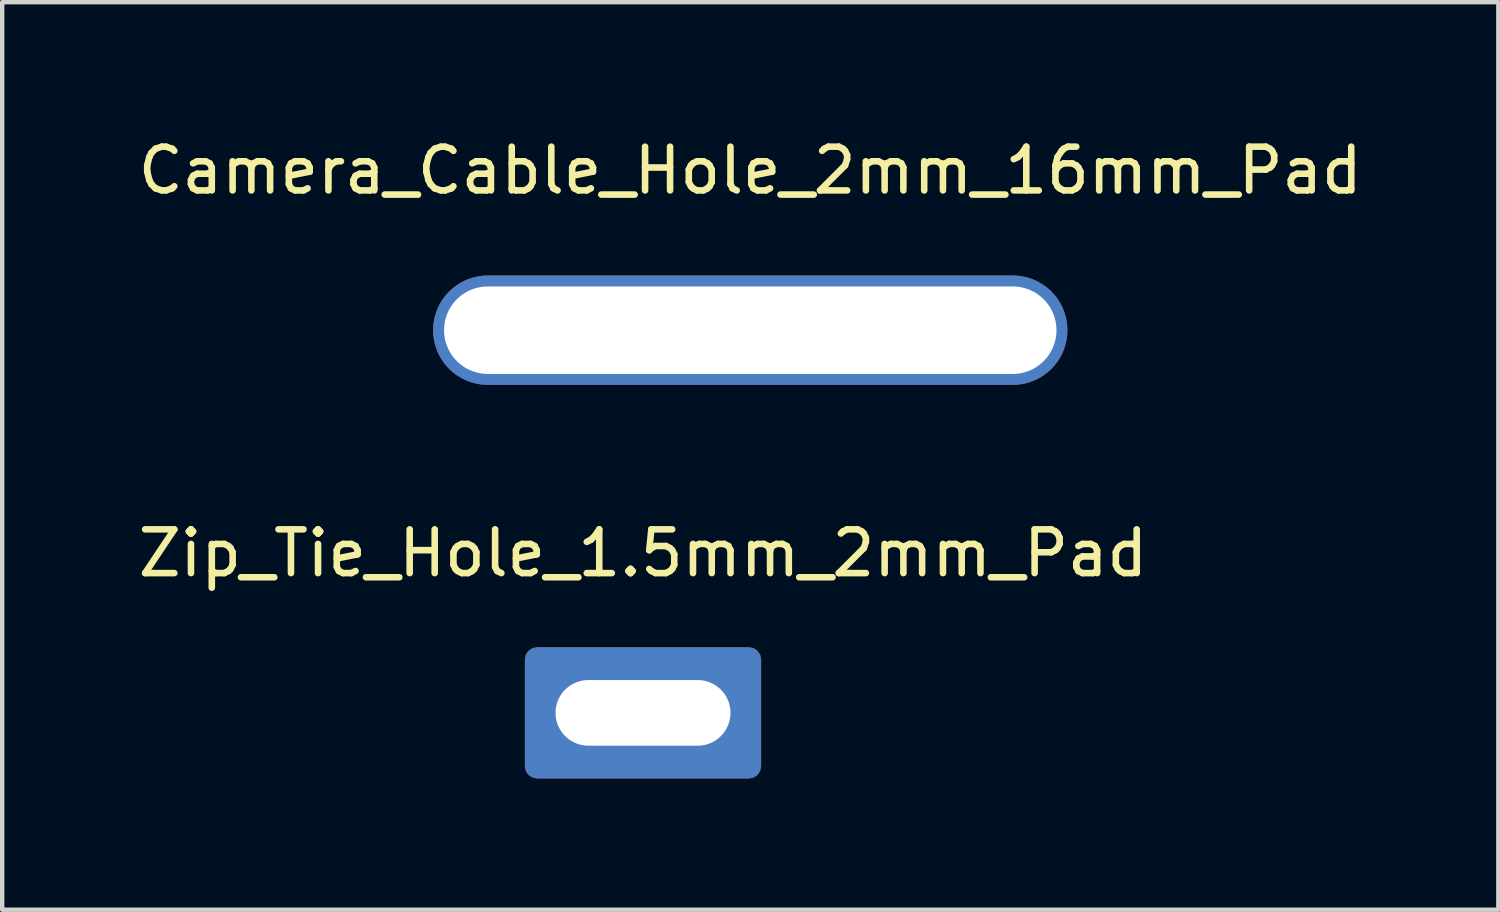
<source format=kicad_pcb>
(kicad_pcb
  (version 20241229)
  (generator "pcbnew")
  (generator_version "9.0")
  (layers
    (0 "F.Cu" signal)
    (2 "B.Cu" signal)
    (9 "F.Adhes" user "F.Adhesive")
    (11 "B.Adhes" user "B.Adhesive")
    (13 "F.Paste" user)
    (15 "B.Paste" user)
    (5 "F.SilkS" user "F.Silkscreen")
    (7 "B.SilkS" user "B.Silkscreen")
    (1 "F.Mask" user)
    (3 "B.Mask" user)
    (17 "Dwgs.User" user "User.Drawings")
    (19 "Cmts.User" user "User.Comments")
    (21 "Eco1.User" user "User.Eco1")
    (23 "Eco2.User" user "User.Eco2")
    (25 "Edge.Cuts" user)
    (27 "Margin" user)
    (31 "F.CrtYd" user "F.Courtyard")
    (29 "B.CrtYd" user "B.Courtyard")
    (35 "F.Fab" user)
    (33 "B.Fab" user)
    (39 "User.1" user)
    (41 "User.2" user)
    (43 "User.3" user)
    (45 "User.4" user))
  (footprint "Zip_Tie_Hole_1.5mm_2mm_Pad"
    (layer "F.Cu")
    (at 11.649 13.246)
    (property "Reference" "Zip_Tie_Hole_1.5mm_2mm_Pad" (at 0 -3.65 0) (layer "F.SilkS") (effects (font (size 1 1) (thickness 0.15))))
    (attr exclude_from_pos_files exclude_from_bom)
    (pad "1" thru_hole roundrect (at 0 0) (size 5.4 3) (drill oval 4 1.5) (layers "*.Cu" "*.Mask") (remove_unused_layers yes) (keep_end_layers yes) (zone_layer_connections) (roundrect_rratio 0.093)))
  (footprint "Camera_Cable_Hole_2mm_16mm_Pad"
    (layer "F.Cu")
    (at 14.101 4.498)
    (property "Reference" "Camera_Cable_Hole_2mm_16mm_Pad" (at 0 -3.65 0) (layer "F.SilkS") (effects (font (size 1 1) (thickness 0.15))))
    (attr exclude_from_pos_files exclude_from_bom)
    (pad "1" thru_hole oval (at 0 0) (size 14.5 2.5) (drill oval 14 2) (layers "*.Cu" "*.Mask") (remove_unused_layers yes) (keep_end_layers yes) (zone_layer_connections)))
  (gr_rect
    (start -3 -3)
    (end 31.202 17.747)
    (stroke (width 0.1) (type default))
    (fill no)
    (layer "Edge.Cuts")))
</source>
